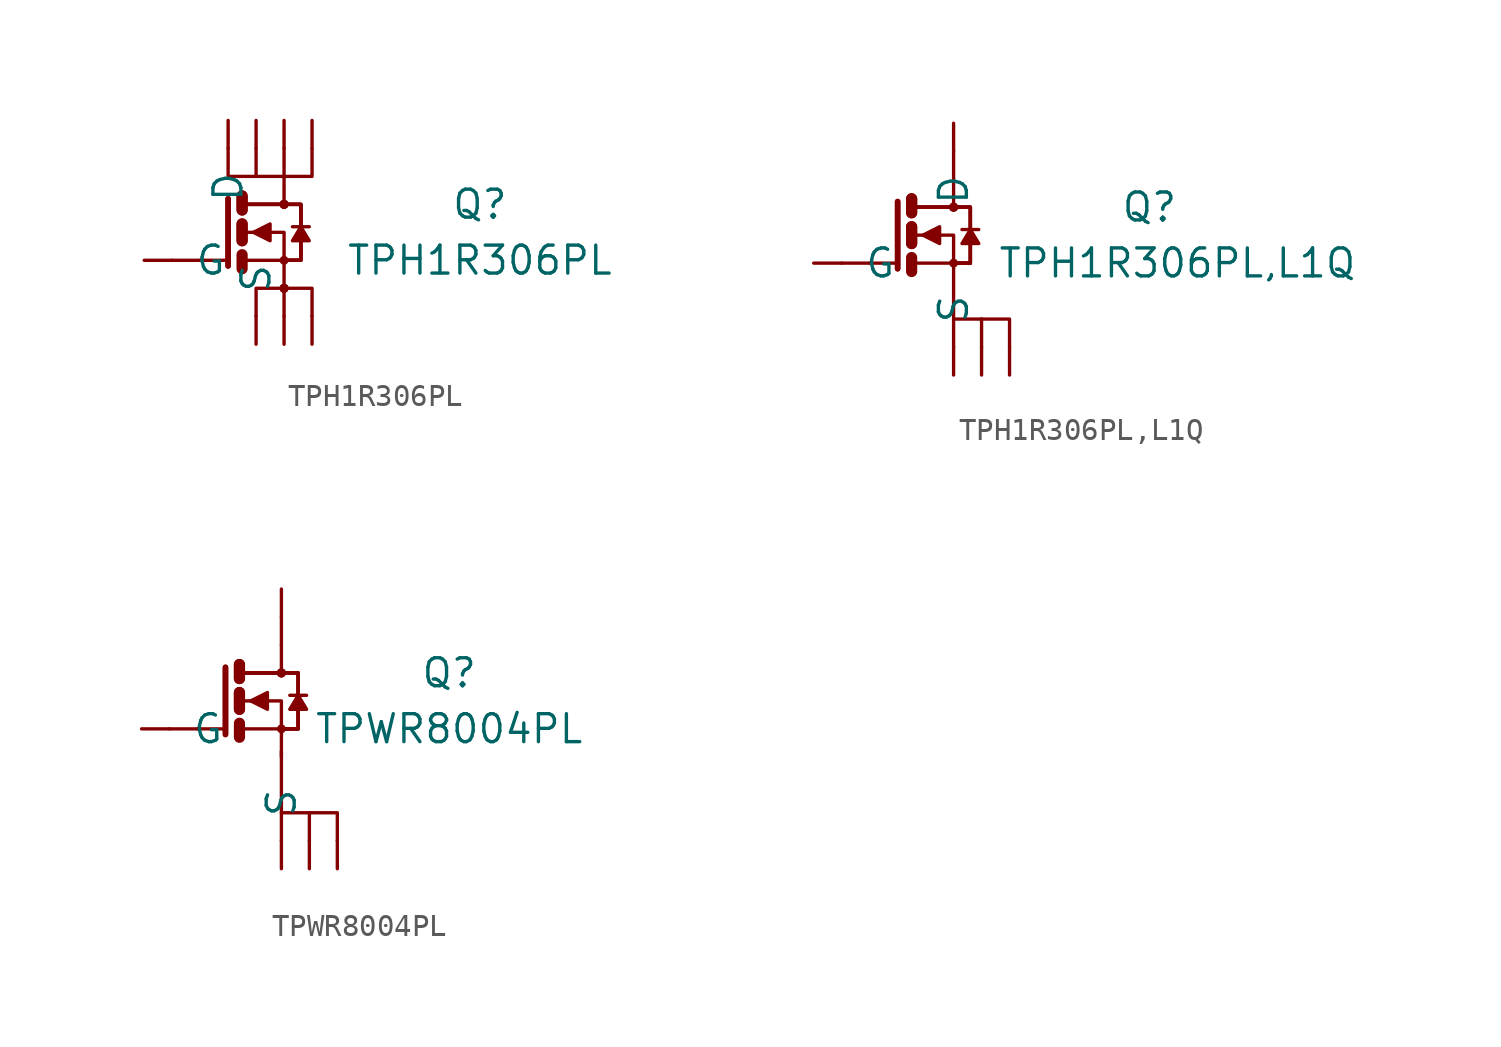
<source format=kicad_sym>
(kicad_symbol_lib
  (version 20211014)
  (generator kicad_symbol_editor)
  (symbol "TPH1R306PL"
    (pin_names
      (offset 1.016))
    (property "Reference" "Q"
      (at 10.16 1.27 0)
      (effects (font (size 1.27 1.27))))
    (property "Value" "TPH1R306PL"
      (at 10.16 -1.27 0)
      (effects (font (size 1.27 1.27))))
    (symbol "TPH1R306PL_1_1"
      (polyline (pts (xy -3.81 -1.27) (xy -2.54 -1.27)) (stroke (width 0) (type default) (color 0 0 0 0)) (fill (type none)))
      (polyline (pts (xy -1.27 -1.27) (xy -2.54 -1.27)) (stroke (width 0) (type default) (color 0 0 0 0)) (fill (type none)))
      (polyline (pts (xy -0.635 -1.016) (xy -0.635 -1.651)) (stroke (width 0.508) (type default) (color 0 0 0 0)) (fill (type none)))
      (polyline (pts (xy -0.635 0.381) (xy -0.635 -0.381)) (stroke (width 0.508) (type default) (color 0 0 0 0)) (fill (type none)))
      (polyline (pts (xy -0.635 0.381) (xy -0.635 -0.381)) (stroke (width 0.508) (type default) (color 0 0 0 0)) (fill (type none)))
      (polyline (pts (xy -0.635 1.651) (xy -0.635 1.016)) (stroke (width 0.508) (type default) (color 0 0 0 0)) (fill (type none)))
      (polyline (pts (xy -0.635 1.651) (xy -0.635 1.016)) (stroke (width 0.508) (type default) (color 0 0 0 0)) (fill (type none)))
      (polyline (pts (xy -0.508 -1.27) (xy 1.27 -1.27)) (stroke (width 0) (type default) (color 0 0 0 0)) (fill (type none)))
      (polyline (pts (xy -0.508 1.27) (xy 1.27 1.27)) (stroke (width 0) (type default) (color 0 0 0 0)) (fill (type none)))
      (polyline (pts (xy -0.508 1.27) (xy 1.27 1.27)) (stroke (width 0) (type default) (color 0 0 0 0)) (fill (type none)))
      (polyline (pts (xy -0.508 1.27) (xy 1.27 1.27)) (stroke (width 0) (type default) (color 0 0 0 0)) (fill (type none)))
      (polyline (pts (xy -0.508 1.27) (xy 1.27 1.27)) (stroke (width 0) (type default) (color 0 0 0 0)) (fill (type none)))
      (polyline (pts (xy 0 3.81) (xy 0 2.54)) (stroke (width 0) (type default) (color 0 0 0 0)) (fill (type none)))
      (polyline (pts (xy 1.27 -2.54) (xy 1.27 -3.81)) (stroke (width 0) (type default) (color 0 0 0 0)) (fill (type none)))
      (polyline (pts (xy 1.27 -1.27) (xy 1.27 -2.54)) (stroke (width 0) (type default) (color 0 0 0 0)) (fill (type none)))
      (polyline (pts (xy 1.27 3.81) (xy 1.27 2.54)) (stroke (width 0) (type default) (color 0 0 0 0)) (fill (type none)))
      (polyline (pts (xy 1.651 0.254) (xy 2.413 0.254)) (stroke (width 0) (type default) (color 0 0 0 0)) (fill (type none)))
      (polyline (pts (xy -1.27 1.524) (xy -1.27 -1.524) (xy -1.27 -1.524)) (stroke (width 0.254) (type default) (color 0 0 0 0)) (fill (type none)))
      (polyline (pts (xy -1.27 1.524) (xy -1.27 -1.524) (xy -1.27 -1.524)) (stroke (width 0.254) (type default) (color 0 0 0 0)) (fill (type none)))
      (polyline (pts (xy -0.508 0) (xy 1.27 0) (xy 1.27 -1.27)) (stroke (width 0) (type default) (color 0 0 0 0)) (fill (type none)))
      (polyline (pts (xy 1.27 -2.54) (xy 0 -2.54) (xy 0 -3.81)) (stroke (width 0) (type default) (color 0 0 0 0)) (fill (type none)))
      (polyline (pts (xy 1.27 -2.54) (xy 2.54 -2.54) (xy 2.54 -3.81)) (stroke (width 0) (type default) (color 0 0 0 0)) (fill (type none)))
      (polyline (pts (xy 2.54 3.81) (xy 2.54 2.54) (xy 1.27 2.54)) (stroke (width 0) (type default) (color 0 0 0 0)) (fill (type none)))
      (polyline (pts (xy -1.27 3.81) (xy -1.27 2.54) (xy 1.27 2.54) (xy 1.27 1.27)) (stroke (width 0) (type default) (color 0 0 0 0)) (fill (type none)))
      (polyline (pts (xy -0.127 0) (xy 0.635 -0.381) (xy 0.635 0.381) (xy -0.127 0)) (stroke (width 0) (type default) (color 0 0 0 0)) (fill (type outline)))
      (polyline (pts (xy 1.27 -1.27) (xy 2.032 -1.27) (xy 2.032 1.27) (xy 1.27 1.27)) (stroke (width 0) (type default) (color 0 0 0 0)) (fill (type none)))
      (polyline (pts (xy 1.27 -1.27) (xy 2.032 -1.27) (xy 2.032 1.27) (xy 1.27 1.27)) (stroke (width 0) (type default) (color 0 0 0 0)) (fill (type none)))
      (polyline (pts (xy 1.27 -1.27) (xy 2.032 -1.27) (xy 2.032 1.27) (xy 1.27 1.27)) (stroke (width 0) (type default) (color 0 0 0 0)) (fill (type none)))
      (polyline (pts (xy 1.27 -1.27) (xy 2.032 -1.27) (xy 2.032 1.27) (xy 1.27 1.27)) (stroke (width 0) (type default) (color 0 0 0 0)) (fill (type none)))
      (polyline (pts (xy 2.032 0.254) (xy 2.413 -0.381) (xy 1.651 -0.381) (xy 2.032 0.254)) (stroke (width 0) (type default) (color 0 0 0 0)) (fill (type outline)))
      (circle (center 1.27 -2.54) (radius 0.127) (stroke (width 0) (type default) (color 0 0 0 0)) (fill (type none)))
      (circle (center 1.27 -2.54) (radius 0.127) (stroke (width 0) (type default) (color 0 0 0 0)) (fill (type none)))
      (circle (center 1.27 -2.54) (radius 0.127) (stroke (width 0) (type default) (color 0 0 0 0)) (fill (type none)))
      (circle (center 1.27 -2.54) (radius 0.127) (stroke (width 0) (type default) (color 0 0 0 0)) (fill (type none)))
      (circle (center 1.27 -1.27) (radius 0.127) (stroke (width 0) (type default) (color 0 0 0 0)) (fill (type none)))
      (circle (center 1.27 1.27) (radius 0.127) (stroke (width 0) (type default) (color 0 0 0 0)) (fill (type none)))
      (circle (center 1.27 1.27) (radius 0.127) (stroke (width 0) (type default) (color 0 0 0 0)) (fill (type none)))
      (circle (center 1.27 1.27) (radius 0.127) (stroke (width 0) (type default) (color 0 0 0 0)) (fill (type none)))
      (circle (center 1.27 1.27) (radius 0.127) (stroke (width 0) (type default) (color 0 0 0 0)) (fill (type none)))
      (pin power_in line (at 2.54 -5.08 90) (length 1.27) (name "S" (effects (font (size 0 0)))) (number "1" (effects (font (size 0 0)))))
      (pin bidirectional line (at 1.27 -5.08 90) (length 1.27) (name "S" (effects (font (size 0 0)))) (number "2" (effects (font (size 0 0)))))
      (pin bidirectional line (at 0 -5.08 90) (length 1.27) (name "S" (effects (font (size 1.27 1.27)))) (number "3" (effects (font (size 0 0)))))
      (pin passive line (at -5.08 -1.27 0) (length 1.27) (name "G" (effects (font (size 1.27 1.27)))) (number "4" (effects (font (size 0 0)))))
      (pin passive line (at -1.27 5.08 270) (length 1.27) (name "D" (effects (font (size 1.27 1.27)))) (number "5" (effects (font (size 0 0)))))
      (pin power_in line (at 0 5.08 270) (length 1.27) (name "D" (effects (font (size 0 0)))) (number "6" (effects (font (size 0 0)))))
      (pin power_in line (at 1.27 5.08 270) (length 1.27) (name "D" (effects (font (size 0 0)))) (number "7" (effects (font (size 0 0)))))
      (pin power_in line (at 2.54 5.08 270) (length 1.27) (name "D" (effects (font (size 0 0)))) (number "8" (effects (font (size 0 0)))))))
  (symbol "TPH1R306PL,L1Q"
    (pin_names
      (offset 1.016))
    (property "Reference" "Q"
      (at 10.16 1.27 0)
      (effects (font (size 1.27 1.27))))
    (property "Value" "TPH1R306PL,L1Q"
      (at 11.43 -1.27 0)
      (effects (font (size 1.27 1.27))))
    (symbol "TPH1R306PL,L1Q_0_1"
      (polyline (pts (xy 1.27 -1.27) (xy 1.27 -3.81)) (stroke (width 0) (type default) (color 0 0 0 0)) (fill (type none)))
      (polyline (pts (xy 1.27 1.27) (xy 1.27 2.54)) (stroke (width 0) (type default) (color 0 0 0 0)) (fill (type none))))
    (symbol "TPH1R306PL,L1Q_1_1"
      (polyline (pts (xy -3.81 -1.27) (xy -2.54 -1.27)) (stroke (width 0) (type default) (color 0 0 0 0)) (fill (type none)))
      (polyline (pts (xy -1.27 -1.27) (xy -2.54 -1.27)) (stroke (width 0) (type default) (color 0 0 0 0)) (fill (type none)))
      (polyline (pts (xy -0.635 -1.016) (xy -0.635 -1.651)) (stroke (width 0.508) (type default) (color 0 0 0 0)) (fill (type none)))
      (polyline (pts (xy -0.635 0.381) (xy -0.635 -0.381)) (stroke (width 0.508) (type default) (color 0 0 0 0)) (fill (type none)))
      (polyline (pts (xy -0.635 0.381) (xy -0.635 -0.381)) (stroke (width 0.508) (type default) (color 0 0 0 0)) (fill (type none)))
      (polyline (pts (xy -0.635 1.651) (xy -0.635 1.016)) (stroke (width 0.508) (type default) (color 0 0 0 0)) (fill (type none)))
      (polyline (pts (xy -0.635 1.651) (xy -0.635 1.016)) (stroke (width 0.508) (type default) (color 0 0 0 0)) (fill (type none)))
      (polyline (pts (xy -0.508 -1.27) (xy 1.27 -1.27)) (stroke (width 0) (type default) (color 0 0 0 0)) (fill (type none)))
      (polyline (pts (xy -0.508 1.27) (xy 1.27 1.27)) (stroke (width 0) (type default) (color 0 0 0 0)) (fill (type none)))
      (polyline (pts (xy -0.508 1.27) (xy 1.27 1.27)) (stroke (width 0) (type default) (color 0 0 0 0)) (fill (type none)))
      (polyline (pts (xy -0.508 1.27) (xy 1.27 1.27)) (stroke (width 0) (type default) (color 0 0 0 0)) (fill (type none)))
      (polyline (pts (xy -0.508 1.27) (xy 1.27 1.27)) (stroke (width 0) (type default) (color 0 0 0 0)) (fill (type none)))
      (polyline (pts (xy 1.27 3.81) (xy 1.27 2.54)) (stroke (width 0) (type default) (color 0 0 0 0)) (fill (type none)))
      (polyline (pts (xy 1.651 0.254) (xy 2.413 0.254)) (stroke (width 0) (type default) (color 0 0 0 0)) (fill (type none)))
      (polyline (pts (xy 2.54 -3.81) (xy 2.54 -5.08)) (stroke (width 0) (type default) (color 0 0 0 0)) (fill (type none)))
      (polyline (pts (xy -1.27 1.524) (xy -1.27 -1.524) (xy -1.27 -1.524)) (stroke (width 0.254) (type default) (color 0 0 0 0)) (fill (type none)))
      (polyline (pts (xy -1.27 1.524) (xy -1.27 -1.524) (xy -1.27 -1.524)) (stroke (width 0.254) (type default) (color 0 0 0 0)) (fill (type none)))
      (polyline (pts (xy -0.508 0) (xy 1.27 0) (xy 1.27 -1.27)) (stroke (width 0) (type default) (color 0 0 0 0)) (fill (type none)))
      (polyline (pts (xy 2.54 -3.81) (xy 1.27 -3.81) (xy 1.27 -5.08)) (stroke (width 0) (type default) (color 0 0 0 0)) (fill (type none)))
      (polyline (pts (xy 2.54 -3.81) (xy 3.81 -3.81) (xy 3.81 -5.08)) (stroke (width 0) (type default) (color 0 0 0 0)) (fill (type none)))
      (polyline (pts (xy -0.127 0) (xy 0.635 -0.381) (xy 0.635 0.381) (xy -0.127 0)) (stroke (width 0) (type default) (color 0 0 0 0)) (fill (type outline)))
      (polyline (pts (xy 1.27 -1.27) (xy 2.032 -1.27) (xy 2.032 1.27) (xy 1.27 1.27)) (stroke (width 0) (type default) (color 0 0 0 0)) (fill (type none)))
      (polyline (pts (xy 1.27 -1.27) (xy 2.032 -1.27) (xy 2.032 1.27) (xy 1.27 1.27)) (stroke (width 0) (type default) (color 0 0 0 0)) (fill (type none)))
      (polyline (pts (xy 1.27 -1.27) (xy 2.032 -1.27) (xy 2.032 1.27) (xy 1.27 1.27)) (stroke (width 0) (type default) (color 0 0 0 0)) (fill (type none)))
      (polyline (pts (xy 1.27 -1.27) (xy 2.032 -1.27) (xy 2.032 1.27) (xy 1.27 1.27)) (stroke (width 0) (type default) (color 0 0 0 0)) (fill (type none)))
      (polyline (pts (xy 2.032 0.254) (xy 2.413 -0.381) (xy 1.651 -0.381) (xy 2.032 0.254)) (stroke (width 0) (type default) (color 0 0 0 0)) (fill (type outline)))
      (circle (center 1.27 -1.27) (radius 0.127) (stroke (width 0) (type default) (color 0 0 0 0)) (fill (type none)))
      (circle (center 1.27 1.27) (radius 0.127) (stroke (width 0) (type default) (color 0 0 0 0)) (fill (type none)))
      (circle (center 1.27 1.27) (radius 0.127) (stroke (width 0) (type default) (color 0 0 0 0)) (fill (type none)))
      (circle (center 1.27 1.27) (radius 0.127) (stroke (width 0) (type default) (color 0 0 0 0)) (fill (type none)))
      (circle (center 1.27 1.27) (radius 0.127) (stroke (width 0) (type default) (color 0 0 0 0)) (fill (type none)))
      (pin power_in line (at 3.81 -6.35 90) (length 1.27) (name "S" (effects (font (size 0 0)))) (number "1" (effects (font (size 0 0)))))
      (pin bidirectional line (at 2.54 -6.35 90) (length 1.27) (name "S" (effects (font (size 0 0)))) (number "2" (effects (font (size 0 0)))))
      (pin bidirectional line (at 1.27 -6.35 90) (length 1.27) (name "S" (effects (font (size 1.27 1.27)))) (number "3" (effects (font (size 0 0)))))
      (pin passive line (at -5.08 -1.27 0) (length 1.27) (name "G" (effects (font (size 1.27 1.27)))) (number "4" (effects (font (size 0 0)))))
      (pin power_in line (at 1.27 5.08 270) (length 1.27) (name "D" (effects (font (size 1.27 1.27)))) (number "5" (effects (font (size 0 0)))))))
  (symbol "TPWR8004PL"
    (pin_names
      (offset 1.016))
    (property "Reference" "Q"
      (at 8.89 1.27 0)
      (effects (font (size 1.27 1.27))))
    (property "Value" "TPWR8004PL"
      (at 8.89 -1.27 0)
      (effects (font (size 1.27 1.27))))
    (symbol "TPWR8004PL_0_1"
      (polyline (pts (xy 1.27 -2.54) (xy 1.27 -1.27)) (stroke (width 0) (type default) (color 0 0 0 0)) (fill (type none)))
      (polyline (pts (xy 1.27 -2.286) (xy 1.27 -5.08)) (stroke (width 0) (type default) (color 0 0 0 0)) (fill (type none)))
      (polyline (pts (xy 1.27 1.27) (xy 1.27 2.54)) (stroke (width 0) (type default) (color 0 0 0 0)) (fill (type none))))
    (symbol "TPWR8004PL_1_1"
      (polyline (pts (xy -3.81 -1.27) (xy -2.54 -1.27)) (stroke (width 0) (type default) (color 0 0 0 0)) (fill (type none)))
      (polyline (pts (xy -1.27 -1.27) (xy -2.54 -1.27)) (stroke (width 0) (type default) (color 0 0 0 0)) (fill (type none)))
      (polyline (pts (xy -0.635 -1.016) (xy -0.635 -1.651)) (stroke (width 0.508) (type default) (color 0 0 0 0)) (fill (type none)))
      (polyline (pts (xy -0.635 0.381) (xy -0.635 -0.381)) (stroke (width 0.508) (type default) (color 0 0 0 0)) (fill (type none)))
      (polyline (pts (xy -0.635 0.381) (xy -0.635 -0.381)) (stroke (width 0.508) (type default) (color 0 0 0 0)) (fill (type none)))
      (polyline (pts (xy -0.635 1.651) (xy -0.635 1.016)) (stroke (width 0.508) (type default) (color 0 0 0 0)) (fill (type none)))
      (polyline (pts (xy -0.635 1.651) (xy -0.635 1.016)) (stroke (width 0.508) (type default) (color 0 0 0 0)) (fill (type none)))
      (polyline (pts (xy -0.508 -1.27) (xy 1.27 -1.27)) (stroke (width 0) (type default) (color 0 0 0 0)) (fill (type none)))
      (polyline (pts (xy -0.508 1.27) (xy 1.27 1.27)) (stroke (width 0) (type default) (color 0 0 0 0)) (fill (type none)))
      (polyline (pts (xy -0.508 1.27) (xy 1.27 1.27)) (stroke (width 0) (type default) (color 0 0 0 0)) (fill (type none)))
      (polyline (pts (xy -0.508 1.27) (xy 1.27 1.27)) (stroke (width 0) (type default) (color 0 0 0 0)) (fill (type none)))
      (polyline (pts (xy -0.508 1.27) (xy 1.27 1.27)) (stroke (width 0) (type default) (color 0 0 0 0)) (fill (type none)))
      (polyline (pts (xy 1.27 3.81) (xy 1.27 2.54)) (stroke (width 0) (type default) (color 0 0 0 0)) (fill (type none)))
      (polyline (pts (xy 1.651 0.254) (xy 2.413 0.254)) (stroke (width 0) (type default) (color 0 0 0 0)) (fill (type none)))
      (polyline (pts (xy 2.54 -5.08) (xy 2.54 -6.35)) (stroke (width 0) (type default) (color 0 0 0 0)) (fill (type none)))
      (polyline (pts (xy -1.27 1.524) (xy -1.27 -1.524) (xy -1.27 -1.524)) (stroke (width 0.254) (type default) (color 0 0 0 0)) (fill (type none)))
      (polyline (pts (xy -1.27 1.524) (xy -1.27 -1.524) (xy -1.27 -1.524)) (stroke (width 0.254) (type default) (color 0 0 0 0)) (fill (type none)))
      (polyline (pts (xy -0.508 0) (xy 1.27 0) (xy 1.27 -1.27)) (stroke (width 0) (type default) (color 0 0 0 0)) (fill (type none)))
      (polyline (pts (xy 2.54 -5.08) (xy 1.27 -5.08) (xy 1.27 -6.35)) (stroke (width 0) (type default) (color 0 0 0 0)) (fill (type none)))
      (polyline (pts (xy 2.54 -5.08) (xy 3.81 -5.08) (xy 3.81 -6.35)) (stroke (width 0) (type default) (color 0 0 0 0)) (fill (type none)))
      (polyline (pts (xy -0.127 0) (xy 0.635 -0.381) (xy 0.635 0.381) (xy -0.127 0)) (stroke (width 0) (type default) (color 0 0 0 0)) (fill (type outline)))
      (polyline (pts (xy 1.27 -1.27) (xy 2.032 -1.27) (xy 2.032 1.27) (xy 1.27 1.27)) (stroke (width 0) (type default) (color 0 0 0 0)) (fill (type none)))
      (polyline (pts (xy 1.27 -1.27) (xy 2.032 -1.27) (xy 2.032 1.27) (xy 1.27 1.27)) (stroke (width 0) (type default) (color 0 0 0 0)) (fill (type none)))
      (polyline (pts (xy 1.27 -1.27) (xy 2.032 -1.27) (xy 2.032 1.27) (xy 1.27 1.27)) (stroke (width 0) (type default) (color 0 0 0 0)) (fill (type none)))
      (polyline (pts (xy 1.27 -1.27) (xy 2.032 -1.27) (xy 2.032 1.27) (xy 1.27 1.27)) (stroke (width 0) (type default) (color 0 0 0 0)) (fill (type none)))
      (polyline (pts (xy 2.032 0.254) (xy 2.413 -0.381) (xy 1.651 -0.381) (xy 2.032 0.254)) (stroke (width 0) (type default) (color 0 0 0 0)) (fill (type outline)))
      (circle (center 1.27 -1.27) (radius 0.127) (stroke (width 0) (type default) (color 0 0 0 0)) (fill (type none)))
      (circle (center 1.27 1.27) (radius 0.127) (stroke (width 0) (type default) (color 0 0 0 0)) (fill (type none)))
      (circle (center 1.27 1.27) (radius 0.127) (stroke (width 0) (type default) (color 0 0 0 0)) (fill (type none)))
      (circle (center 1.27 1.27) (radius 0.127) (stroke (width 0) (type default) (color 0 0 0 0)) (fill (type none)))
      (circle (center 1.27 1.27) (radius 0.127) (stroke (width 0) (type default) (color 0 0 0 0)) (fill (type none)))
      (pin power_in line (at 3.81 -7.62 90) (length 1.27) (name "S" (effects (font (size 0 0)))) (number "1" (effects (font (size 0 0)))))
      (pin bidirectional line (at 2.54 -7.62 90) (length 1.27) (name "S" (effects (font (size 0 0)))) (number "2" (effects (font (size 0 0)))))
      (pin bidirectional line (at 1.27 -7.62 90) (length 1.27) (name "S" (effects (font (size 1.27 1.27)))) (number "3" (effects (font (size 0 0)))))
      (pin passive line (at -5.08 -1.27 0) (length 1.27) (name "G" (effects (font (size 1.27 1.27)))) (number "4" (effects (font (size 0 0)))))
      (pin power_in line (at 1.27 5.08 270) (length 1.27) (name "D" (effects (font (size 0 0)))) (number "5" (effects (font (size 0 0))))))))
</source>
